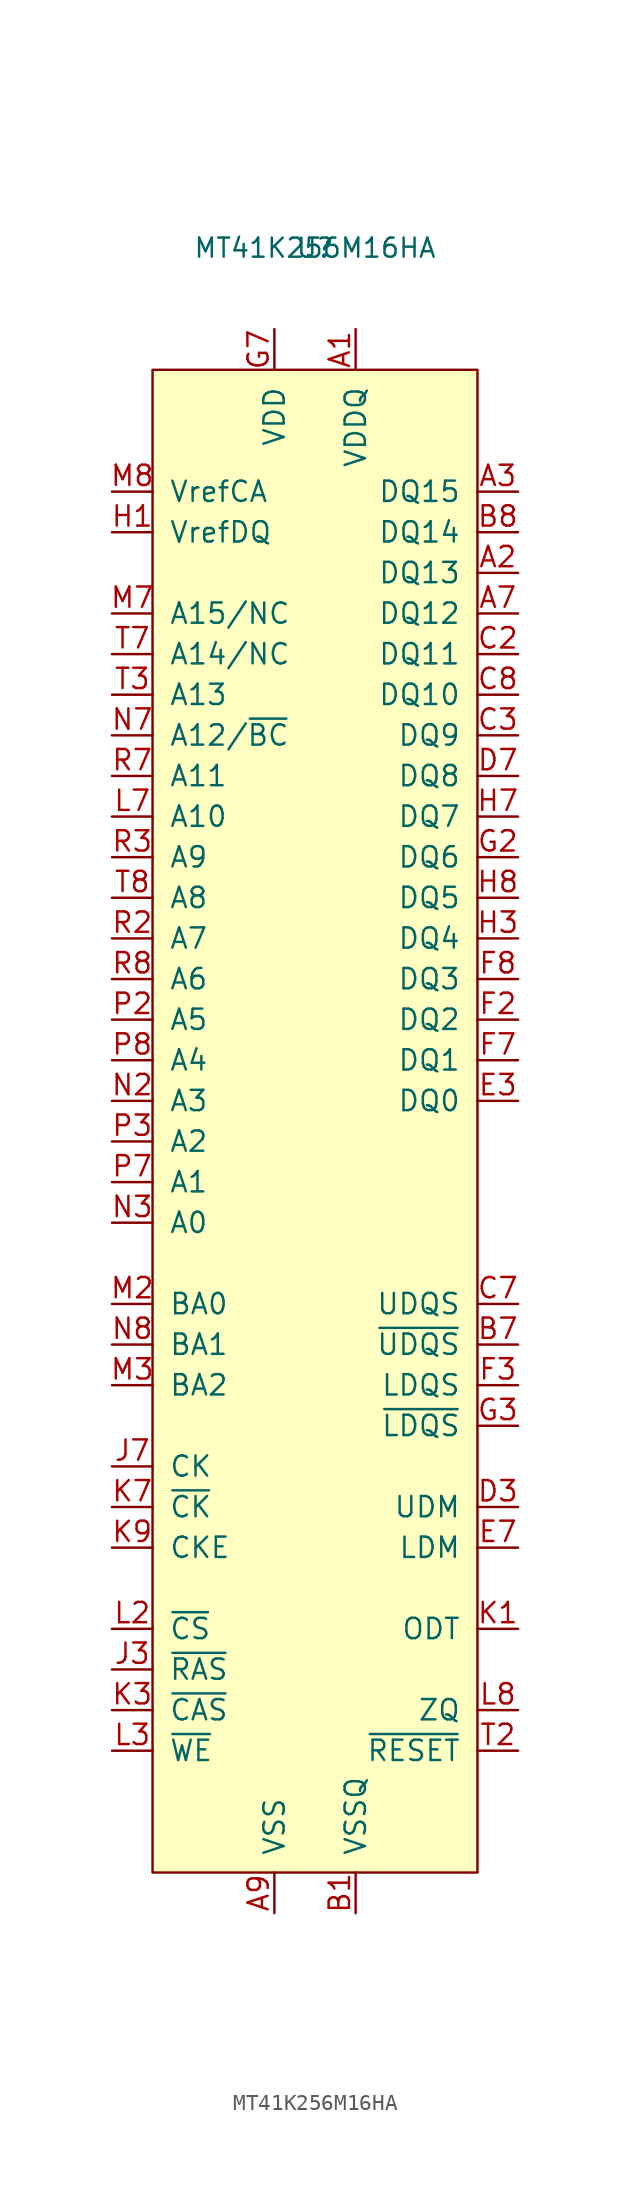
<source format=kicad_sym>
(kicad_symbol_lib
  (version 20211014)
  (generator kicad_symbol_editor)
  (symbol "MT41K256M16HA"
    (pin_names
      (offset 1.016))
    (property "Reference" "U"
      (at 0 5.08 0)
      (effects (font (size 1.194 1.194))))
    (property "Value" "MT41K256M16HA"
      (at 0 5.08 0)
      (effects (font (size 1.194 1.194))))
    (symbol "MT41K256M16HA_0_1"
      (rectangle (start -10.16 -2.54) (end 10.16 -96.52) (stroke (width 0) (type default) (color 0 0 0 0)) (fill (type background))))
    (symbol "MT41K256M16HA_1_1"
      (pin power_in line (at 2.54 0 270) (length 2.54) (name "VDDQ" (effects (font (size 1.27 1.27)))) (number "A1" (effects (font (size 1.27 1.27)))))
      (pin bidirectional line (at 12.7 -15.24 180) (length 2.54) (name "DQ13" (effects (font (size 1.27 1.27)))) (number "A2" (effects (font (size 1.27 1.27)))))
      (pin bidirectional line (at 12.7 -10.16 180) (length 2.54) (name "DQ15" (effects (font (size 1.27 1.27)))) (number "A3" (effects (font (size 1.27 1.27)))))
      (pin bidirectional line (at 12.7 -17.78 180) (length 2.54) (name "DQ12" (effects (font (size 1.27 1.27)))) (number "A7" (effects (font (size 1.27 1.27)))))
      (pin power_in line (at 2.54 0 270) (length 2.54) hide (name "VDDQ" (effects (font (size 1.27 1.27)))) (number "A8" (effects (font (size 1.27 1.27)))))
      (pin power_in line (at -2.54 -99.06 90) (length 2.54) (name "VSS" (effects (font (size 1.27 1.27)))) (number "A9" (effects (font (size 1.27 1.27)))))
      (pin power_in line (at 2.54 -99.06 90) (length 2.54) (name "VSSQ" (effects (font (size 1.27 1.27)))) (number "B1" (effects (font (size 1.27 1.27)))))
      (pin power_in line (at -2.54 0 270) (length 2.54) hide (name "VDD" (effects (font (size 1.27 1.27)))) (number "B2" (effects (font (size 1.27 1.27)))))
      (pin power_in line (at -2.54 -99.06 90) (length 2.54) hide (name "VSS" (effects (font (size 1.27 1.27)))) (number "B3" (effects (font (size 1.27 1.27)))))
      (pin input line (at 12.7 -63.5 180) (length 2.54) (name "~{UDQS}" (effects (font (size 1.27 1.27)))) (number "B7" (effects (font (size 1.27 1.27)))))
      (pin bidirectional line (at 12.7 -12.7 180) (length 2.54) (name "DQ14" (effects (font (size 1.27 1.27)))) (number "B8" (effects (font (size 1.27 1.27)))))
      (pin power_in line (at 2.54 -99.06 90) (length 2.54) hide (name "VSSQ" (effects (font (size 1.27 1.27)))) (number "B9" (effects (font (size 1.27 1.27)))))
      (pin power_in line (at 2.54 0 270) (length 2.54) hide (name "VDDQ" (effects (font (size 1.27 1.27)))) (number "C1" (effects (font (size 1.27 1.27)))))
      (pin bidirectional line (at 12.7 -20.32 180) (length 2.54) (name "DQ11" (effects (font (size 1.27 1.27)))) (number "C2" (effects (font (size 1.27 1.27)))))
      (pin bidirectional line (at 12.7 -25.4 180) (length 2.54) (name "DQ9" (effects (font (size 1.27 1.27)))) (number "C3" (effects (font (size 1.27 1.27)))))
      (pin bidirectional line (at 12.7 -60.96 180) (length 2.54) (name "UDQS" (effects (font (size 1.27 1.27)))) (number "C7" (effects (font (size 1.27 1.27)))))
      (pin bidirectional line (at 12.7 -22.86 180) (length 2.54) (name "DQ10" (effects (font (size 1.27 1.27)))) (number "C8" (effects (font (size 1.27 1.27)))))
      (pin power_in line (at 2.54 0 270) (length 2.54) hide (name "VDDQ" (effects (font (size 1.27 1.27)))) (number "C9" (effects (font (size 1.27 1.27)))))
      (pin power_in line (at 2.54 -99.06 90) (length 2.54) hide (name "VSSQ" (effects (font (size 1.27 1.27)))) (number "D1" (effects (font (size 1.27 1.27)))))
      (pin power_in line (at 2.54 0 270) (length 2.54) hide (name "VDDQ" (effects (font (size 1.27 1.27)))) (number "D2" (effects (font (size 1.27 1.27)))))
      (pin input line (at 12.7 -73.66 180) (length 2.54) (name "UDM" (effects (font (size 1.27 1.27)))) (number "D3" (effects (font (size 1.27 1.27)))))
      (pin bidirectional line (at 12.7 -27.94 180) (length 2.54) (name "DQ8" (effects (font (size 1.27 1.27)))) (number "D7" (effects (font (size 1.27 1.27)))))
      (pin power_in line (at 2.54 -99.06 90) (length 2.54) hide (name "VSSQ" (effects (font (size 1.27 1.27)))) (number "D8" (effects (font (size 1.27 1.27)))))
      (pin power_in line (at -2.54 0 270) (length 2.54) hide (name "VDD" (effects (font (size 1.27 1.27)))) (number "D9" (effects (font (size 1.27 1.27)))))
      (pin power_in line (at -2.54 -99.06 90) (length 2.54) hide (name "VSS" (effects (font (size 1.27 1.27)))) (number "E1" (effects (font (size 1.27 1.27)))))
      (pin power_in line (at 2.54 -99.06 90) (length 2.54) hide (name "VSSQ" (effects (font (size 1.27 1.27)))) (number "E2" (effects (font (size 1.27 1.27)))))
      (pin bidirectional line (at 12.7 -48.26 180) (length 2.54) (name "DQ0" (effects (font (size 1.27 1.27)))) (number "E3" (effects (font (size 1.27 1.27)))))
      (pin input line (at 12.7 -76.2 180) (length 2.54) (name "LDM" (effects (font (size 1.27 1.27)))) (number "E7" (effects (font (size 1.27 1.27)))))
      (pin power_in line (at 2.54 -99.06 90) (length 2.54) hide (name "VSSQ" (effects (font (size 1.27 1.27)))) (number "E8" (effects (font (size 1.27 1.27)))))
      (pin power_in line (at 2.54 0 270) (length 2.54) hide (name "VDDQ" (effects (font (size 1.27 1.27)))) (number "E9" (effects (font (size 1.27 1.27)))))
      (pin power_in line (at 2.54 0 270) (length 2.54) hide (name "VDDQ" (effects (font (size 1.27 1.27)))) (number "F1" (effects (font (size 1.27 1.27)))))
      (pin bidirectional line (at 12.7 -43.18 180) (length 2.54) (name "DQ2" (effects (font (size 1.27 1.27)))) (number "F2" (effects (font (size 1.27 1.27)))))
      (pin input line (at 12.7 -66.04 180) (length 2.54) (name "LDQS" (effects (font (size 1.27 1.27)))) (number "F3" (effects (font (size 1.27 1.27)))))
      (pin bidirectional line (at 12.7 -45.72 180) (length 2.54) (name "DQ1" (effects (font (size 1.27 1.27)))) (number "F7" (effects (font (size 1.27 1.27)))))
      (pin bidirectional line (at 12.7 -40.64 180) (length 2.54) (name "DQ3" (effects (font (size 1.27 1.27)))) (number "F8" (effects (font (size 1.27 1.27)))))
      (pin power_in line (at 2.54 -99.06 90) (length 2.54) hide (name "VSSQ" (effects (font (size 1.27 1.27)))) (number "F9" (effects (font (size 1.27 1.27)))))
      (pin power_in line (at 2.54 -99.06 90) (length 2.54) hide (name "VSSQ" (effects (font (size 1.27 1.27)))) (number "G1" (effects (font (size 1.27 1.27)))))
      (pin bidirectional line (at 12.7 -33.02 180) (length 2.54) (name "DQ6" (effects (font (size 1.27 1.27)))) (number "G2" (effects (font (size 1.27 1.27)))))
      (pin input line (at 12.7 -68.58 180) (length 2.54) (name "~{LDQS}" (effects (font (size 1.27 1.27)))) (number "G3" (effects (font (size 1.27 1.27)))))
      (pin power_in line (at -2.54 0 270) (length 2.54) (name "VDD" (effects (font (size 1.27 1.27)))) (number "G7" (effects (font (size 1.27 1.27)))))
      (pin power_in line (at -2.54 -99.06 90) (length 2.54) hide (name "VSS" (effects (font (size 1.27 1.27)))) (number "G8" (effects (font (size 1.27 1.27)))))
      (pin power_in line (at 2.54 -99.06 90) (length 2.54) hide (name "VSSQ" (effects (font (size 1.27 1.27)))) (number "G9" (effects (font (size 1.27 1.27)))))
      (pin power_in line (at -12.7 -12.7 0) (length 2.54) (name "VrefDQ" (effects (font (size 1.27 1.27)))) (number "H1" (effects (font (size 1.27 1.27)))))
      (pin power_in line (at 2.54 0 270) (length 2.54) hide (name "VDDQ" (effects (font (size 1.27 1.27)))) (number "H2" (effects (font (size 1.27 1.27)))))
      (pin bidirectional line (at 12.7 -38.1 180) (length 2.54) (name "DQ4" (effects (font (size 1.27 1.27)))) (number "H3" (effects (font (size 1.27 1.27)))))
      (pin bidirectional line (at 12.7 -30.48 180) (length 2.54) (name "DQ7" (effects (font (size 1.27 1.27)))) (number "H7" (effects (font (size 1.27 1.27)))))
      (pin bidirectional line (at 12.7 -35.56 180) (length 2.54) (name "DQ5" (effects (font (size 1.27 1.27)))) (number "H8" (effects (font (size 1.27 1.27)))))
      (pin power_in line (at 2.54 0 270) (length 2.54) hide (name "VDDQ" (effects (font (size 1.27 1.27)))) (number "H9" (effects (font (size 1.27 1.27)))))
      (pin power_in line (at -2.54 -99.06 90) (length 2.54) hide (name "VSS" (effects (font (size 1.27 1.27)))) (number "J1" (effects (font (size 1.27 1.27)))))
      (pin power_in line (at -2.54 -99.06 90) (length 2.54) hide (name "VSS" (effects (font (size 1.27 1.27)))) (number "J2" (effects (font (size 1.27 1.27)))))
      (pin input line (at -12.7 -83.82 0) (length 2.54) (name "~{RAS}" (effects (font (size 1.27 1.27)))) (number "J3" (effects (font (size 1.27 1.27)))))
      (pin input line (at -12.7 -71.12 0) (length 2.54) (name "CK" (effects (font (size 1.27 1.27)))) (number "J7" (effects (font (size 1.27 1.27)))))
      (pin power_in line (at -2.54 -99.06 90) (length 2.54) hide (name "VSS" (effects (font (size 1.27 1.27)))) (number "J8" (effects (font (size 1.27 1.27)))))
      (pin power_in line (at -2.54 -99.06 90) (length 2.54) hide (name "VSS" (effects (font (size 1.27 1.27)))) (number "J9" (effects (font (size 1.27 1.27)))))
      (pin input line (at 12.7 -81.28 180) (length 2.54) (name "ODT" (effects (font (size 1.27 1.27)))) (number "K1" (effects (font (size 1.27 1.27)))))
      (pin power_in line (at -2.54 0 270) (length 2.54) hide (name "VDD" (effects (font (size 1.27 1.27)))) (number "K2" (effects (font (size 1.27 1.27)))))
      (pin input line (at -12.7 -86.36 0) (length 2.54) (name "~{CAS}" (effects (font (size 1.27 1.27)))) (number "K3" (effects (font (size 1.27 1.27)))))
      (pin input line (at -12.7 -73.66 0) (length 2.54) (name "~{CK}" (effects (font (size 1.27 1.27)))) (number "K7" (effects (font (size 1.27 1.27)))))
      (pin power_in line (at -2.54 0 270) (length 2.54) hide (name "VDD" (effects (font (size 1.27 1.27)))) (number "K8" (effects (font (size 1.27 1.27)))))
      (pin input line (at -12.7 -76.2 0) (length 2.54) (name "CKE" (effects (font (size 1.27 1.27)))) (number "K9" (effects (font (size 1.27 1.27)))))
      (pin power_in line (at -2.54 -99.06 90) (length 2.54) hide (name "VSS" (effects (font (size 1.27 1.27)))) (number "L1" (effects (font (size 1.27 1.27)))))
      (pin input line (at -12.7 -81.28 0) (length 2.54) (name "~{CS}" (effects (font (size 1.27 1.27)))) (number "L2" (effects (font (size 1.27 1.27)))))
      (pin input line (at -12.7 -88.9 0) (length 2.54) (name "~{WE}" (effects (font (size 1.27 1.27)))) (number "L3" (effects (font (size 1.27 1.27)))))
      (pin input line (at -12.7 -30.48 0) (length 2.54) (name "A10" (effects (font (size 1.27 1.27)))) (number "L7" (effects (font (size 1.27 1.27)))))
      (pin input line (at 12.7 -86.36 180) (length 2.54) (name "ZQ" (effects (font (size 1.27 1.27)))) (number "L8" (effects (font (size 1.27 1.27)))))
      (pin power_in line (at -2.54 -99.06 90) (length 2.54) hide (name "VSS" (effects (font (size 1.27 1.27)))) (number "L9" (effects (font (size 1.27 1.27)))))
      (pin power_in line (at -2.54 -99.06 90) (length 2.54) hide (name "VSS" (effects (font (size 1.27 1.27)))) (number "M1" (effects (font (size 1.27 1.27)))))
      (pin input line (at -12.7 -60.96 0) (length 2.54) (name "BA0" (effects (font (size 1.27 1.27)))) (number "M2" (effects (font (size 1.27 1.27)))))
      (pin input line (at -12.7 -66.04 0) (length 2.54) (name "BA2" (effects (font (size 1.27 1.27)))) (number "M3" (effects (font (size 1.27 1.27)))))
      (pin input line (at -12.7 -17.78 0) (length 2.54) (name "A15/NC" (effects (font (size 1.27 1.27)))) (number "M7" (effects (font (size 1.27 1.27)))))
      (pin power_in line (at -12.7 -10.16 0) (length 2.54) (name "VrefCA" (effects (font (size 1.27 1.27)))) (number "M8" (effects (font (size 1.27 1.27)))))
      (pin power_in line (at -2.54 -99.06 90) (length 2.54) hide (name "VSS" (effects (font (size 1.27 1.27)))) (number "M9" (effects (font (size 1.27 1.27)))))
      (pin power_in line (at -2.54 0 270) (length 2.54) hide (name "VDD" (effects (font (size 1.27 1.27)))) (number "N1" (effects (font (size 1.27 1.27)))))
      (pin input line (at -12.7 -48.26 0) (length 2.54) (name "A3" (effects (font (size 1.27 1.27)))) (number "N2" (effects (font (size 1.27 1.27)))))
      (pin input line (at -12.7 -55.88 0) (length 2.54) (name "A0" (effects (font (size 1.27 1.27)))) (number "N3" (effects (font (size 1.27 1.27)))))
      (pin input line (at -12.7 -25.4 0) (length 2.54) (name "A12/~{BC}" (effects (font (size 1.27 1.27)))) (number "N7" (effects (font (size 1.27 1.27)))))
      (pin input line (at -12.7 -63.5 0) (length 2.54) (name "BA1" (effects (font (size 1.27 1.27)))) (number "N8" (effects (font (size 1.27 1.27)))))
      (pin power_in line (at -2.54 0 270) (length 2.54) hide (name "VDD" (effects (font (size 1.27 1.27)))) (number "N9" (effects (font (size 1.27 1.27)))))
      (pin power_in line (at -2.54 -99.06 90) (length 2.54) hide (name "VSS" (effects (font (size 1.27 1.27)))) (number "P1" (effects (font (size 1.27 1.27)))))
      (pin input line (at -12.7 -43.18 0) (length 2.54) (name "A5" (effects (font (size 1.27 1.27)))) (number "P2" (effects (font (size 1.27 1.27)))))
      (pin input line (at -12.7 -50.8 0) (length 2.54) (name "A2" (effects (font (size 1.27 1.27)))) (number "P3" (effects (font (size 1.27 1.27)))))
      (pin input line (at -12.7 -53.34 0) (length 2.54) (name "A1" (effects (font (size 1.27 1.27)))) (number "P7" (effects (font (size 1.27 1.27)))))
      (pin input line (at -12.7 -45.72 0) (length 2.54) (name "A4" (effects (font (size 1.27 1.27)))) (number "P8" (effects (font (size 1.27 1.27)))))
      (pin power_in line (at -2.54 -99.06 90) (length 2.54) hide (name "VSS" (effects (font (size 1.27 1.27)))) (number "P9" (effects (font (size 1.27 1.27)))))
      (pin power_in line (at -2.54 0 270) (length 2.54) hide (name "VDD" (effects (font (size 1.27 1.27)))) (number "R1" (effects (font (size 1.27 1.27)))))
      (pin input line (at -12.7 -38.1 0) (length 2.54) (name "A7" (effects (font (size 1.27 1.27)))) (number "R2" (effects (font (size 1.27 1.27)))))
      (pin input line (at -12.7 -33.02 0) (length 2.54) (name "A9" (effects (font (size 1.27 1.27)))) (number "R3" (effects (font (size 1.27 1.27)))))
      (pin input line (at -12.7 -27.94 0) (length 2.54) (name "A11" (effects (font (size 1.27 1.27)))) (number "R7" (effects (font (size 1.27 1.27)))))
      (pin input line (at -12.7 -40.64 0) (length 2.54) (name "A6" (effects (font (size 1.27 1.27)))) (number "R8" (effects (font (size 1.27 1.27)))))
      (pin power_in line (at -2.54 0 270) (length 2.54) hide (name "VDD" (effects (font (size 1.27 1.27)))) (number "R9" (effects (font (size 1.27 1.27)))))
      (pin power_in line (at -2.54 -99.06 90) (length 2.54) hide (name "VSS" (effects (font (size 1.27 1.27)))) (number "T1" (effects (font (size 1.27 1.27)))))
      (pin input line (at 12.7 -88.9 180) (length 2.54) (name "~{RESET}" (effects (font (size 1.27 1.27)))) (number "T2" (effects (font (size 1.27 1.27)))))
      (pin input line (at -12.7 -22.86 0) (length 2.54) (name "A13" (effects (font (size 1.27 1.27)))) (number "T3" (effects (font (size 1.27 1.27)))))
      (pin input line (at -12.7 -20.32 0) (length 2.54) (name "A14/NC" (effects (font (size 1.27 1.27)))) (number "T7" (effects (font (size 1.27 1.27)))))
      (pin input line (at -12.7 -35.56 0) (length 2.54) (name "A8" (effects (font (size 1.27 1.27)))) (number "T8" (effects (font (size 1.27 1.27)))))
      (pin power_in line (at -2.54 -99.06 90) (length 2.54) hide (name "VSS" (effects (font (size 1.27 1.27)))) (number "T9" (effects (font (size 1.27 1.27))))))))
</source>
